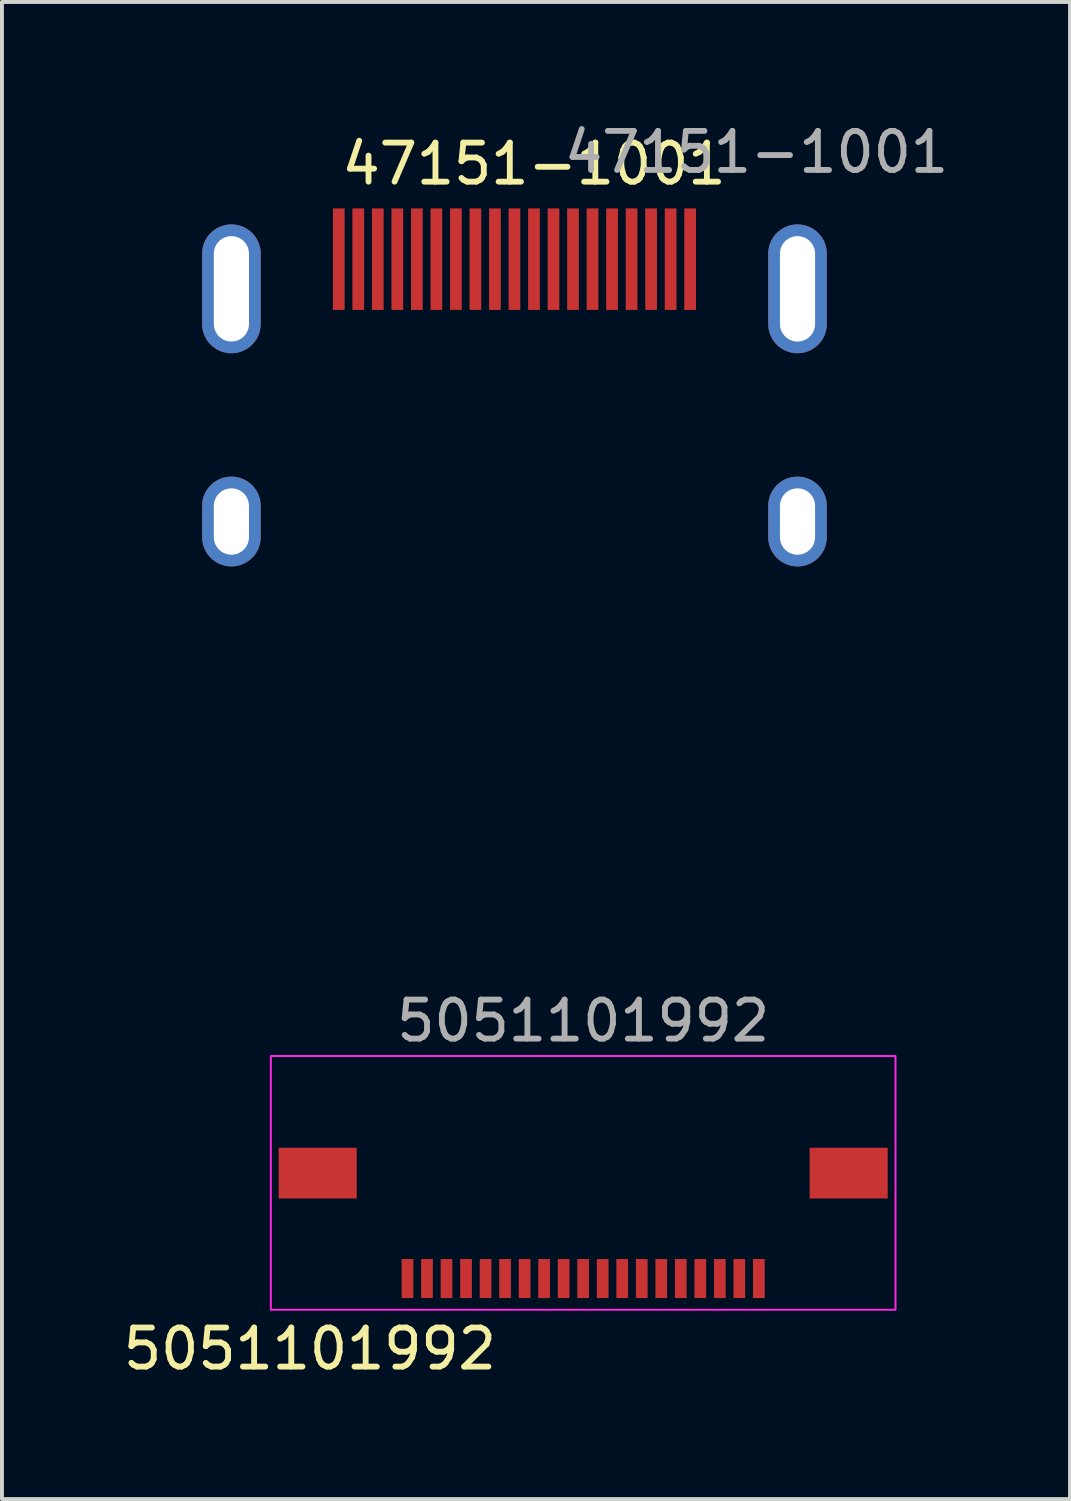
<source format=kicad_pcb>
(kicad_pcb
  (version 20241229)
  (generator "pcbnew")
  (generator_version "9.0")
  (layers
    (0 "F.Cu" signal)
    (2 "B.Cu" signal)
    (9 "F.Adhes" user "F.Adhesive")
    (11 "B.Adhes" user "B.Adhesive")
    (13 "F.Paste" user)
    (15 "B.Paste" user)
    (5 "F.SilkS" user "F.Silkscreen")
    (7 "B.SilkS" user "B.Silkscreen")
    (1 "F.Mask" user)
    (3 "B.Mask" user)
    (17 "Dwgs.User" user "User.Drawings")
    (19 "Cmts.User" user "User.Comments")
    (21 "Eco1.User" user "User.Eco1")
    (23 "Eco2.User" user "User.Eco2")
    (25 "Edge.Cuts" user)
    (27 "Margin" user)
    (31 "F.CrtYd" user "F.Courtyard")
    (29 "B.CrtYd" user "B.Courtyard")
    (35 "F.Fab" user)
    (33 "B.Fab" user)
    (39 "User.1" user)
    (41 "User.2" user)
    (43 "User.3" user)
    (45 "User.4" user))
  (footprint "5051101992"
    (layer "F.Cu")
    (at 11.887 26.998)
    (property "Reference" "5051101992" (at -7 4.5 0) (unlocked yes) (layer "F.SilkS") (effects (font (size 1 1) (thickness 0.15))))
    (attr smd)
    (fp_rect (start -8 -3) (end 8 3.5) (stroke (width 0.05) (type solid)) (fill no) (layer "F.CrtYd"))
    (fp_text user "${REFERENCE}" (at 0 -3.9 0) (unlocked yes) (layer "F.Fab") (effects (font (size 1 1) (thickness 0.15))))
    (pad "1" smd rect (at -4.5 2.7) (size 0.3 1) (layers "F.Cu" "F.Mask" "F.Paste"))
    (pad "2" smd rect (at -4 2.7) (size 0.3 1) (layers "F.Cu" "F.Mask" "F.Paste"))
    (pad "3" smd rect (at -3.5 2.7) (size 0.3 1) (layers "F.Cu" "F.Mask" "F.Paste"))
    (pad "4" smd rect (at -3 2.7) (size 0.3 1) (layers "F.Cu" "F.Mask" "F.Paste"))
    (pad "5" smd rect (at -2.5 2.7) (size 0.3 1) (layers "F.Cu" "F.Mask" "F.Paste"))
    (pad "6" smd rect (at -2 2.7) (size 0.3 1) (layers "F.Cu" "F.Mask" "F.Paste"))
    (pad "7" smd rect (at -1.5 2.7) (size 0.3 1) (layers "F.Cu" "F.Mask" "F.Paste"))
    (pad "8" smd rect (at -1 2.7) (size 0.3 1) (layers "F.Cu" "F.Mask" "F.Paste"))
    (pad "9" smd rect (at -0.5 2.7) (size 0.3 1) (layers "F.Cu" "F.Mask" "F.Paste"))
    (pad "10" smd rect (at 0.000001 2.7) (size 0.3 1) (layers "F.Cu" "F.Mask" "F.Paste"))
    (pad "11" smd rect (at 0.5 2.7) (size 0.3 1) (layers "F.Cu" "F.Mask" "F.Paste"))
    (pad "12" smd rect (at 1 2.7) (size 0.3 1) (layers "F.Cu" "F.Mask" "F.Paste"))
    (pad "13" smd rect (at 1.5 2.7) (size 0.3 1) (layers "F.Cu" "F.Mask" "F.Paste"))
    (pad "14" smd rect (at 2 2.7) (size 0.3 1) (layers "F.Cu" "F.Mask" "F.Paste"))
    (pad "15" smd rect (at 2.5 2.7) (size 0.3 1) (layers "F.Cu" "F.Mask" "F.Paste"))
    (pad "16" smd rect (at 3 2.7) (size 0.3 1) (layers "F.Cu" "F.Mask" "F.Paste"))
    (pad "17" smd rect (at 3.5 2.7) (size 0.3 1) (layers "F.Cu" "F.Mask" "F.Paste"))
    (pad "18" smd rect (at 4 2.7) (size 0.3 1) (layers "F.Cu" "F.Mask" "F.Paste"))
    (pad "19" smd rect (at 4.5 2.7) (size 0.3 1) (layers "F.Cu" "F.Mask" "F.Paste"))
    (pad "M" smd rect (at -6.8 0) (size 2 1.3) (layers "F.Cu" "F.Mask" "F.Paste"))
    (pad "M" smd rect (at 6.8 0) (size 2 1.3) (layers "F.Cu" "F.Mask" "F.Paste")))
  (footprint "47151-1001"
    (layer "F.Cu")
    (at 10.127 6.948)
    (property "Reference" "47151-1001" (at 0.5 -5.8 0) (unlocked yes) (layer "F.SilkS") (effects (font (size 1 1) (thickness 0.15))))
    (attr smd)
    (fp_line (start -8.2 -4.9) (end -8.2 -2.7) (stroke (width 0.1) (type solid)) (layer "Eco1.User"))
    (fp_line (start -8.2 -2.7) (end -8.2 8.2) (stroke (width 0.1) (type solid)) (layer "Eco1.User"))
    (fp_line (start 0 -0.5) (end 0 0.5) (stroke (width 0.1) (type solid)) (layer "Eco1.User"))
    (fp_line (start 0.5 0) (end -0.5 0) (stroke (width 0.1) (type solid)) (layer "Eco1.User"))
    (fp_line (start 8.2 -4.9) (end -8.2 -4.9) (stroke (width 0.1) (type solid)) (layer "Eco1.User"))
    (fp_line (start 8.2 -4.9) (end 8.2 8.2) (stroke (width 0.1) (type solid)) (layer "Eco1.User"))
    (fp_line (start 8.2 8.2) (end -8.2 8.2) (stroke (width 0.1) (type solid)) (layer "Eco1.User"))
    (fp_line (start 10 6.95) (end -10 6.95) (stroke (width 0.1) (type solid)) (layer "Eco1.User"))
    (fp_line (start 10 7.95) (end -10 7.95) (stroke (width 0.1) (type solid)) (layer "Eco1.User"))
    (fp_line (start -10 10) (end -10 12.175) (stroke (width 0.254) (type solid)) (layer "User.3"))
    (fp_line (start 10 10) (end -10 10) (stroke (width 0.254) (type solid)) (layer "User.3"))
    (fp_line (start 10 10) (end 10 12.175) (stroke (width 0.254) (type solid)) (layer "User.3"))
    (fp_text user "PCB Edge" (at -2.75 6.2 0) (unlocked yes) (layer "Eco1.User") (effects (font (size 0.762 0.762) (thickness 0.178) (bold yes)) (justify left bottom)))
    (fp_text user "Panel wall (front face)" (at -7.85 9.2 0) (unlocked yes) (layer "Eco1.User") (effects (font (size 0.762 0.762) (thickness 0.178) (bold yes)) (justify left bottom)))
    (fp_text user "${REFERENCE}" (at 6.2 -6.1 0) (unlocked yes) (layer "F.Fab") (effects (font (size 1 1) (thickness 0.15))))
    (fp_text user "Typical plug (20mm)" (at -7.05 11.4 0) (unlocked yes) (layer "User.3") (effects (font (size 0.762 0.762) (thickness 0.178) (bold yes)) (justify left bottom)))
    (pad "1" smd rect (at 4.5 -3.36) (size 0.3 2.6) (layers "F.Cu" "F.Mask" "F.Paste"))
    (pad "2" smd rect (at 4 -3.36) (size 0.3 2.6) (layers "F.Cu" "F.Mask" "F.Paste"))
    (pad "3" smd rect (at 3.5 -3.36) (size 0.3 2.6) (layers "F.Cu" "F.Mask" "F.Paste"))
    (pad "4" smd rect (at 3 -3.36) (size 0.3 2.6) (layers "F.Cu" "F.Mask" "F.Paste"))
    (pad "5" smd rect (at 2.5 -3.36) (size 0.3 2.6) (layers "F.Cu" "F.Mask" "F.Paste"))
    (pad "6" smd rect (at 2 -3.36) (size 0.3 2.6) (layers "F.Cu" "F.Mask" "F.Paste"))
    (pad "7" smd rect (at 1.5 -3.36) (size 0.3 2.6) (layers "F.Cu" "F.Mask" "F.Paste"))
    (pad "8" smd rect (at 1 -3.36) (size 0.3 2.6) (layers "F.Cu" "F.Mask" "F.Paste"))
    (pad "9" smd rect (at 0.5 -3.36) (size 0.3 2.6) (layers "F.Cu" "F.Mask" "F.Paste"))
    (pad "10" smd rect (at 0 -3.36) (size 0.3 2.6) (layers "F.Cu" "F.Mask" "F.Paste"))
    (pad "11" smd rect (at -0.5 -3.36) (size 0.3 2.6) (layers "F.Cu" "F.Mask" "F.Paste"))
    (pad "12" smd rect (at -1 -3.36) (size 0.3 2.6) (layers "F.Cu" "F.Mask" "F.Paste"))
    (pad "13" smd rect (at -1.5 -3.36) (size 0.3 2.6) (layers "F.Cu" "F.Mask" "F.Paste"))
    (pad "14" smd rect (at -2 -3.36) (size 0.3 2.6) (layers "F.Cu" "F.Mask" "F.Paste"))
    (pad "15" smd rect (at -2.5 -3.36) (size 0.3 2.6) (layers "F.Cu" "F.Mask" "F.Paste"))
    (pad "16" smd rect (at -3 -3.36) (size 0.3 2.6) (layers "F.Cu" "F.Mask" "F.Paste"))
    (pad "17" smd rect (at -3.5 -3.36) (size 0.3 2.6) (layers "F.Cu" "F.Mask" "F.Paste"))
    (pad "18" smd rect (at -4 -3.36) (size 0.3 2.6) (layers "F.Cu" "F.Mask" "F.Paste"))
    (pad "19" smd rect (at -4.5 -3.36) (size 0.3 2.6) (layers "F.Cu" "F.Mask" "F.Paste"))
    (pad "S" thru_hole oval (at -7.25 -2.6) (size 1.5 3.3) (drill oval 0.9 2.7) (layers "*.Cu" "*.Mask"))
    (pad "S" thru_hole oval (at -7.25 3.36) (size 1.5 2.3) (drill oval 0.9 1.7) (layers "*.Cu" "*.Mask"))
    (pad "S" thru_hole oval (at 7.25 -2.6) (size 1.5 3.3) (drill oval 0.9 2.7) (layers "*.Cu" "*.Mask"))
    (pad "S" thru_hole oval (at 7.25 3.36) (size 1.5 2.3) (drill oval 0.9 1.7) (layers "*.Cu" "*.Mask")))
  (gr_rect
    (start -3 -3)
    (end 24.357 35.347)
    (stroke (width 0.1) (type default))
    (fill no)
    (layer "Edge.Cuts")))
</source>
